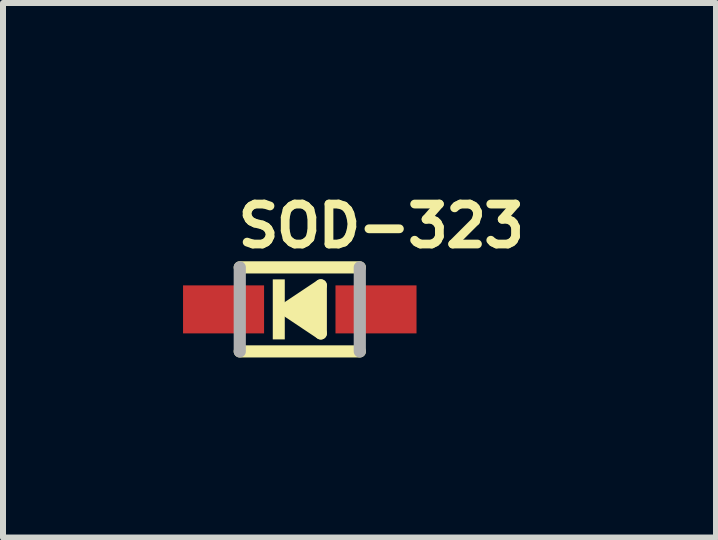
<source format=kicad_pcb>
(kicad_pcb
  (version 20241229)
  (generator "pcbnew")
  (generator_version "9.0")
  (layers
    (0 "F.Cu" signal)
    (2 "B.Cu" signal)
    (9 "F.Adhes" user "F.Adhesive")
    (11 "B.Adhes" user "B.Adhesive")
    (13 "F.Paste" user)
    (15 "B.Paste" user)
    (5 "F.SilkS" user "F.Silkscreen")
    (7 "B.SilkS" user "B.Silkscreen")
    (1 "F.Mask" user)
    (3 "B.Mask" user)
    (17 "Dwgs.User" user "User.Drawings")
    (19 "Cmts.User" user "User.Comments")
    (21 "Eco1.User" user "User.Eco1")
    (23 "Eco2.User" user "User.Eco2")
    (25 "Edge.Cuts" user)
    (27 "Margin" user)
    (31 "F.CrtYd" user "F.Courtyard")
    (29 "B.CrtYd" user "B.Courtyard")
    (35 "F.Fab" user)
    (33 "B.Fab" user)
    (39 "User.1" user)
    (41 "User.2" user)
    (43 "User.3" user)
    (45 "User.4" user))
  (footprint "SOD-323"
    (layer "F.Cu")
    (at 1.945 2.105)
    (property "Reference" "SOD-323" (at -1.1 -1 0) (layer "F.SilkS") (effects (font (size 0.666 0.666) (thickness 0.146)) (justify left bottom)))
    (fp_line (start -1 -0.7) (end 1 -0.7) (stroke (width 0.203) (type solid)) (layer "F.SilkS"))
    (fp_line (start -0.25 0) (end 0.35 -0.4) (stroke (width 0.203) (type solid)) (layer "F.SilkS"))
    (fp_line (start 0.35 -0.4) (end 0.35 0.4) (stroke (width 0.203) (type solid)) (layer "F.SilkS"))
    (fp_line (start 0.35 0.4) (end -0.25 0) (stroke (width 0.203) (type solid)) (layer "F.SilkS"))
    (fp_line (start 1 0.7) (end -1 0.7) (stroke (width 0.203) (type solid)) (layer "F.SilkS"))
    (fp_poly (pts (xy 0.302 0.39) (xy -0.283 0) (xy 0.302 -0.39)) (stroke (width 0) (type solid)) (fill yes) (layer "F.SilkS"))
    (fp_poly (pts (xy -0.45 0.5) (xy -0.25 0.5) (xy -0.25 -0.5) (xy -0.45 -0.5)) (stroke (width 0) (type solid)) (fill yes) (layer "F.SilkS"))
    (fp_line (start -1 0.7) (end -1 -0.7) (stroke (width 0.203) (type solid)) (layer "F.Fab"))
    (fp_line (start 1 -0.7) (end 1 0.7) (stroke (width 0.203) (type solid)) (layer "F.Fab"))
    (pad "A" smd rect (at 1.27 0) (size 1.35 0.8) (layers "F.Cu" "F.Mask" "F.Paste"))
    (pad "C" smd rect (at -1.27 0) (size 1.35 0.8) (layers "F.Cu" "F.Mask" "F.Paste")))
  (gr_rect
    (start -3 -3)
    (end 8.88 5.907)
    (stroke (width 0.1) (type default))
    (fill no)
    (layer "Edge.Cuts")))
</source>
